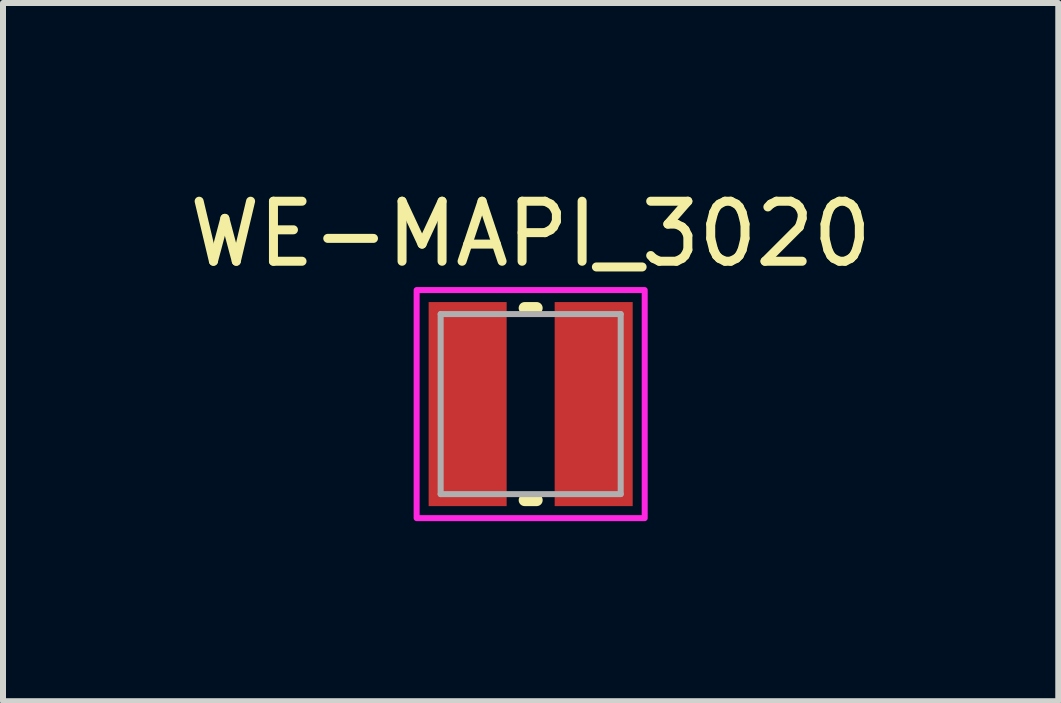
<source format=kicad_pcb>
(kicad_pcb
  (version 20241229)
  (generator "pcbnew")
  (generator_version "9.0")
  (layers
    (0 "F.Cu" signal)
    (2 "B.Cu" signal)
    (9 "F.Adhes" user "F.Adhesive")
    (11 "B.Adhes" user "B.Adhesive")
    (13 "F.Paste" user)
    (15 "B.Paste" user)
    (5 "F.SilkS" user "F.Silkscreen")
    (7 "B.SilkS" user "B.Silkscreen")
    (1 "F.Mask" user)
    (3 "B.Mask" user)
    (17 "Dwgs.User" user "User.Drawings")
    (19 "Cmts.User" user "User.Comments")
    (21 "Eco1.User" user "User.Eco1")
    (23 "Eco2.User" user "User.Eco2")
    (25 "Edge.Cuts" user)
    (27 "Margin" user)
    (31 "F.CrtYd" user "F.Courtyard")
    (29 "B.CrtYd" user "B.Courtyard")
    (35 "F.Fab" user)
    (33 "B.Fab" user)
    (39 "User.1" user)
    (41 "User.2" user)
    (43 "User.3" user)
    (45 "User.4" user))
  (footprint "WE-MAPI_3020"
    (layer "F.Cu")
    (at 5.792 3.683)
    (property "Reference" "WE-MAPI_3020" (at 0 -2.835 0) (layer "F.SilkS") (effects (font (size 1 1) (thickness 0.15))))
    (attr smd)
    (fp_line (start -0.1 -1.6) (end 0.1 -1.6) (stroke (width 0.2) (type solid)) (layer "F.SilkS"))
    (fp_line (start -0.1 1.6) (end 0.1 1.6) (stroke (width 0.2) (type solid)) (layer "F.SilkS"))
    (fp_poly (pts (xy -1.9 -1.9) (xy 1.9 -1.9) (xy 1.9 1.9) (xy -1.9 1.9)) (stroke (width 0.1) (type solid)) (fill no) (layer "F.CrtYd"))
    (fp_line (start -1.5 -1.5) (end 1.5 -1.5) (stroke (width 0.1) (type solid)) (layer "F.Fab"))
    (fp_line (start -1.5 1.5) (end -1.5 -1.5) (stroke (width 0.1) (type solid)) (layer "F.Fab"))
    (fp_line (start 1.5 -1.5) (end 1.5 1.5) (stroke (width 0.1) (type solid)) (layer "F.Fab"))
    (fp_line (start 1.5 1.5) (end -1.5 1.5) (stroke (width 0.1) (type solid)) (layer "F.Fab"))
    (pad "1" smd rect (at -1.05 0) (size 1.3 3.4) (layers "F.Cu" "F.Mask" "F.Paste"))
    (pad "2" smd rect (at 1.05 0) (size 1.3 3.4) (layers "F.Cu" "F.Mask" "F.Paste"))
    (zone (net_name "") (layer "F.Cu") (hatch full 0.508) (connect_pads) (min_thickness 0.01) (filled_areas_thickness no) (keepout (tracks not_allowed) (vias not_allowed) (pads not_allowed) (copperpour not_allowed) (footprints allowed)) (placement (enabled no)) (fill) (polygon (pts (xy 5.392 1.983) (xy 6.192 1.983) (xy 6.192 5.383) (xy 5.392 5.383))))
    (zone (net_name "") (layers "F.Cu" "B.Cu") (hatch full 0.508) (connect_pads) (min_thickness 0.01) (filled_areas_thickness no) (keepout (tracks allowed) (vias not_allowed) (pads allowed) (copperpour allowed) (footprints allowed)) (placement (enabled no)) (fill) (polygon (pts (xy 5.392 1.983) (xy 6.192 1.983) (xy 6.192 5.383) (xy 5.392 5.383)))))
  (gr_rect
    (start -3 -3)
    (end 14.583 8.633)
    (stroke (width 0.1) (type default))
    (fill no)
    (layer "Edge.Cuts")))
</source>
